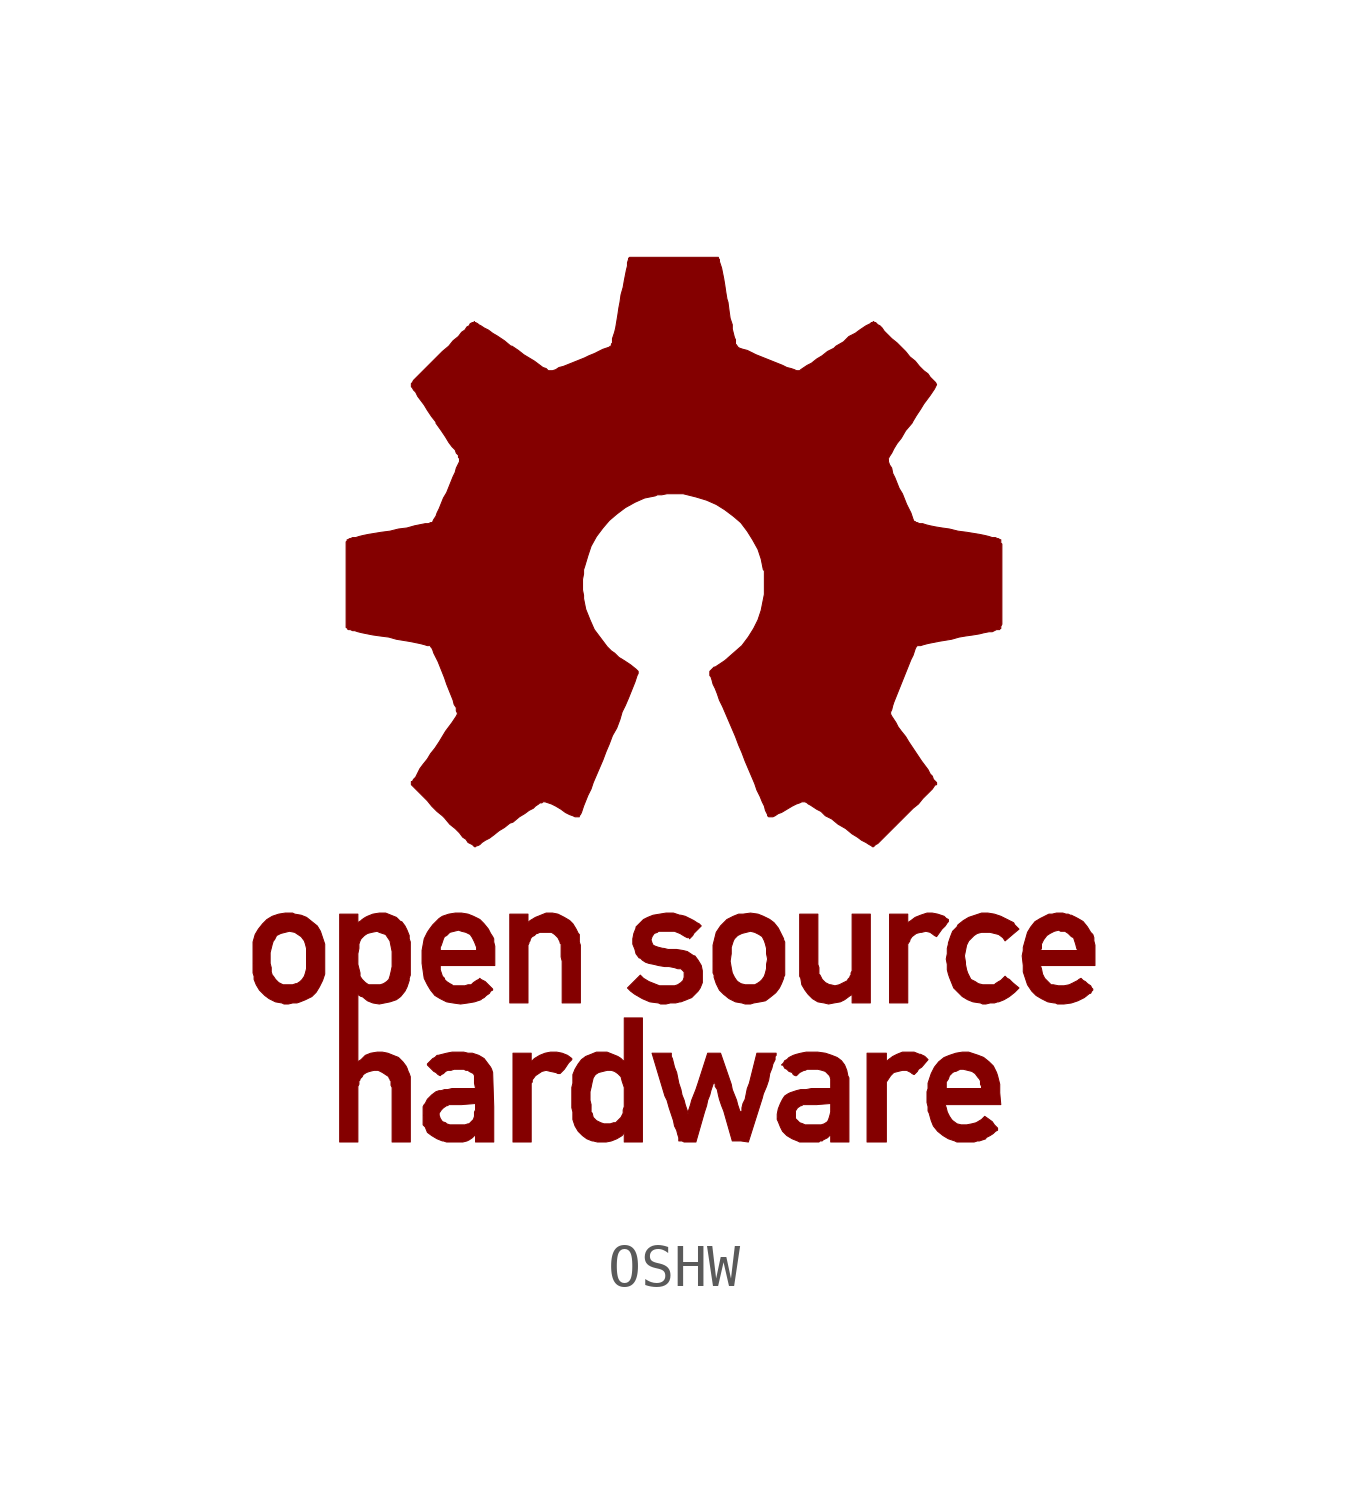
<source format=kicad_sym>
(kicad_symbol_lib
  (version 20201005)
  (generator kicad_symbol_editor)
  (symbol "0xcb:OSHW"
    (pin_names
      (offset 1.016))
    (property "Reference" "#G"
      (at 0 -9.855 0)
      (effects (font (size 1.27 1.27)) hide))
    (symbol "OSHW_0_0"
      (polyline (pts (xy 5.055 -9.093) (xy 5.156 -8.941) (xy 5.232 -8.865) (xy 5.436 -8.814) (xy 5.537 -8.814) (xy 5.639 -8.865) (xy 5.664 -8.89) (xy 5.715 -8.915) (xy 5.791 -8.839) (xy 5.817 -8.788) (xy 5.893 -8.738) (xy 6.045 -8.56) (xy 5.969 -8.484) (xy 5.867 -8.433) (xy 5.842 -8.433) (xy 5.715 -8.382) (xy 5.436 -8.382) (xy 5.309 -8.433) (xy 5.207 -8.484) (xy 5.105 -8.56) (xy 5.055 -8.611) (xy 5.055 -8.407) (xy 4.597 -8.407) (xy 4.597 -10.516) (xy 5.055 -10.516) (xy 5.055 -9.093)) (stroke (width 0.025)) (fill (type outline)))
      (polyline (pts (xy -3.378 -9.119) (xy -3.353 -9.093) (xy -3.353 -9.042) (xy -3.277 -8.941) (xy -3.124 -8.839) (xy -3.023 -8.814) (xy -2.921 -8.839) (xy -2.794 -8.865) (xy -2.743 -8.89) (xy -2.692 -8.89) (xy -2.591 -8.788) (xy -2.489 -8.636) (xy -2.413 -8.56) (xy -2.413 -8.534) (xy -2.515 -8.458) (xy -2.642 -8.407) (xy -2.769 -8.382) (xy -2.921 -8.382) (xy -3.048 -8.407) (xy -3.175 -8.458) (xy -3.302 -8.534) (xy -3.378 -8.611) (xy -3.378 -8.407) (xy -3.81 -8.407) (xy -3.81 -10.516) (xy -3.378 -10.516) (xy -3.378 -9.119)) (stroke (width 0.025)) (fill (type outline)))
      (polyline (pts (xy 5.563 -5.817) (xy 5.613 -5.74) (xy 5.613 -5.715) (xy 5.664 -5.639) (xy 5.766 -5.563) (xy 5.867 -5.537) (xy 5.893 -5.537) (xy 5.994 -5.512) (xy 6.096 -5.537) (xy 6.198 -5.613) (xy 6.248 -5.639) (xy 6.375 -5.461) (xy 6.452 -5.385) (xy 6.502 -5.309) (xy 6.528 -5.283) (xy 6.528 -5.232) (xy 6.477 -5.207) (xy 6.426 -5.156) (xy 6.274 -5.105) (xy 6.147 -5.08) (xy 6.02 -5.08) (xy 5.867 -5.131) (xy 5.74 -5.182) (xy 5.639 -5.258) (xy 5.563 -5.309) (xy 5.563 -5.105) (xy 5.131 -5.105) (xy 5.131 -7.214) (xy 5.563 -7.214) (xy 5.563 -5.817)) (stroke (width 0.025)) (fill (type outline)))
      (polyline (pts (xy 3.81 -7.214) (xy 3.962 -7.188) (xy 4.064 -7.137) (xy 4.166 -7.061) (xy 4.242 -7.01) (xy 4.242 -7.214) (xy 4.674 -7.214) (xy 4.674 -5.105) (xy 4.242 -5.105) (xy 4.242 -6.452) (xy 4.216 -6.502) (xy 4.216 -6.553) (xy 4.191 -6.579) (xy 4.191 -6.604) (xy 4.14 -6.655) (xy 4.14 -6.68) (xy 3.937 -6.782) (xy 3.835 -6.807) (xy 3.734 -6.782) (xy 3.708 -6.782) (xy 3.607 -6.731) (xy 3.531 -6.655) (xy 3.48 -6.553) (xy 3.454 -6.528) (xy 3.454 -6.375) (xy 3.429 -6.299) (xy 3.429 -5.105) (xy 2.997 -5.105) (xy 2.997 -6.579) (xy 3.023 -6.629) (xy 3.048 -6.782) (xy 3.124 -6.909) (xy 3.2 -7.01) (xy 3.302 -7.112) (xy 3.429 -7.188) (xy 3.581 -7.214) (xy 3.683 -7.239) (xy 3.81 -7.214)) (stroke (width 0.025)) (fill (type outline)))
      (polyline (pts (xy -3.454 -5.842) (xy -3.429 -5.791) (xy -3.429 -5.766) (xy -3.404 -5.74) (xy -3.404 -5.715) (xy -3.378 -5.664) (xy -3.353 -5.639) (xy -3.302 -5.613) (xy -3.251 -5.563) (xy -3.226 -5.563) (xy -3.175 -5.537) (xy -2.896 -5.537) (xy -2.819 -5.588) (xy -2.743 -5.664) (xy -2.692 -5.766) (xy -2.692 -5.791) (xy -2.667 -5.817) (xy -2.667 -6.121) (xy -2.642 -6.223) (xy -2.642 -7.214) (xy -2.21 -7.214) (xy -2.21 -5.842) (xy -2.235 -5.766) (xy -2.235 -5.588) (xy -2.261 -5.563) (xy -2.311 -5.461) (xy -2.388 -5.334) (xy -2.464 -5.258) (xy -2.591 -5.182) (xy -2.743 -5.105) (xy -2.87 -5.08) (xy -3.023 -5.08) (xy -3.277 -5.182) (xy -3.404 -5.258) (xy -3.454 -5.309) (xy -3.454 -5.105) (xy -3.886 -5.105) (xy -3.886 -7.214) (xy -3.454 -7.214) (xy -3.454 -5.842)) (stroke (width 0.025)) (fill (type outline)))
      (polyline (pts (xy -1.473 -10.49) (xy -1.346 -10.439) (xy -1.219 -10.363) (xy -1.168 -10.287) (xy -1.168 -10.516) (xy -0.737 -10.516) (xy -0.737 -7.569) (xy -1.168 -7.569) (xy -1.168 -8.585) (xy -1.194 -8.585) (xy -1.245 -8.534) (xy -1.321 -8.484) (xy -1.575 -8.382) (xy -1.829 -8.382) (xy -2.083 -8.484) (xy -2.184 -8.56) (xy -2.261 -8.661) (xy -2.337 -8.788) (xy -2.388 -8.915) (xy -2.388 -9.119) (xy -2.413 -9.22) (xy -2.413 -9.525) (xy -1.981 -9.525) (xy -1.981 -9.322) (xy -1.956 -9.22) (xy -1.93 -9.093) (xy -1.905 -8.992) (xy -1.854 -8.915) (xy -1.778 -8.865) (xy -1.575 -8.814) (xy -1.473 -8.814) (xy -1.397 -8.839) (xy -1.321 -8.89) (xy -1.245 -8.966) (xy -1.219 -9.068) (xy -1.168 -9.22) (xy -1.168 -9.677) (xy -1.194 -9.754) (xy -1.194 -9.83) (xy -1.245 -9.931) (xy -1.372 -10.058) (xy -1.422 -10.058) (xy -1.499 -10.084) (xy -1.651 -10.084) (xy -1.727 -10.058) (xy -1.829 -10.008) (xy -1.905 -9.931) (xy -1.93 -9.83) (xy -1.956 -9.804) (xy -1.956 -9.627) (xy -1.981 -9.525) (xy -2.413 -9.525) (xy -2.413 -9.703) (xy -2.388 -9.804) (xy -2.388 -9.982) (xy -2.337 -10.135) (xy -2.261 -10.262) (xy -2.159 -10.363) (xy -2.057 -10.439) (xy -1.93 -10.49) (xy -1.905 -10.49) (xy -1.803 -10.516) (xy -1.6 -10.516) (xy -1.473 -10.49)) (stroke (width 0.025)) (fill (type outline)))
      (polyline (pts (xy 7.518 -7.214) (xy 7.62 -7.214) (xy 7.696 -7.188) (xy 7.722 -7.188) (xy 7.849 -7.137) (xy 7.976 -7.061) (xy 8.103 -6.96) (xy 8.204 -6.858) (xy 8.052 -6.731) (xy 7.976 -6.655) (xy 7.925 -6.629) (xy 7.874 -6.579) (xy 7.772 -6.68) (xy 7.722 -6.706) (xy 7.645 -6.756) (xy 7.62 -6.782) (xy 7.341 -6.782) (xy 7.239 -6.756) (xy 7.163 -6.706) (xy 7.061 -6.655) (xy 6.985 -6.502) (xy 6.96 -6.426) (xy 6.934 -6.299) (xy 6.934 -6.248) (xy 6.909 -6.096) (xy 6.96 -5.842) (xy 7.01 -5.74) (xy 7.137 -5.613) (xy 7.214 -5.563) (xy 7.315 -5.537) (xy 7.518 -5.537) (xy 7.722 -5.588) (xy 7.823 -5.664) (xy 7.874 -5.74) (xy 8.052 -5.588) (xy 8.204 -5.461) (xy 8.103 -5.359) (xy 8.077 -5.309) (xy 7.772 -5.156) (xy 7.62 -5.105) (xy 7.468 -5.08) (xy 7.315 -5.08) (xy 7.01 -5.182) (xy 6.883 -5.258) (xy 6.756 -5.359) (xy 6.731 -5.41) (xy 6.629 -5.512) (xy 6.579 -5.639) (xy 6.528 -5.791) (xy 6.528 -5.817) (xy 6.502 -5.918) (xy 6.502 -6.045) (xy 6.477 -6.172) (xy 6.502 -6.299) (xy 6.502 -6.426) (xy 6.528 -6.528) (xy 6.553 -6.604) (xy 6.655 -6.858) (xy 6.858 -7.061) (xy 6.985 -7.137) (xy 7.112 -7.188) (xy 7.29 -7.214) (xy 7.341 -7.239) (xy 7.417 -7.239) (xy 7.518 -7.214)) (stroke (width 0.025)) (fill (type outline)))
      (polyline (pts (xy -9.042 -7.214) (xy -8.941 -7.214) (xy -8.865 -7.188) (xy -8.738 -7.137) (xy -8.585 -7.061) (xy -8.484 -6.96) (xy -8.407 -6.833) (xy -8.331 -6.68) (xy -8.28 -6.528) (xy -8.28 -5.817) (xy -8.382 -5.512) (xy -8.458 -5.385) (xy -8.712 -5.182) (xy -8.839 -5.131) (xy -8.992 -5.105) (xy -9.042 -5.08) (xy -9.22 -5.08) (xy -9.373 -5.105) (xy -9.525 -5.156) (xy -9.652 -5.232) (xy -9.754 -5.334) (xy -9.855 -5.461) (xy -9.931 -5.588) (xy -9.982 -5.766) (xy -9.982 -6.274) (xy -9.576 -6.274) (xy -9.576 -6.02) (xy -9.525 -5.817) (xy -9.5 -5.74) (xy -9.474 -5.715) (xy -9.423 -5.613) (xy -9.322 -5.563) (xy -9.119 -5.512) (xy -8.992 -5.537) (xy -8.839 -5.639) (xy -8.763 -5.74) (xy -8.738 -5.817) (xy -8.712 -5.918) (xy -8.712 -6.401) (xy -8.738 -6.502) (xy -8.763 -6.579) (xy -8.814 -6.655) (xy -8.865 -6.706) (xy -8.941 -6.756) (xy -8.966 -6.756) (xy -9.042 -6.782) (xy -9.271 -6.782) (xy -9.373 -6.731) (xy -9.449 -6.655) (xy -9.5 -6.579) (xy -9.525 -6.553) (xy -9.55 -6.477) (xy -9.55 -6.375) (xy -9.576 -6.274) (xy -9.982 -6.274) (xy -9.982 -6.502) (xy -9.957 -6.579) (xy -9.957 -6.655) (xy -9.906 -6.782) (xy -9.83 -6.909) (xy -9.703 -7.036) (xy -9.601 -7.112) (xy -9.449 -7.188) (xy -9.296 -7.214) (xy -9.246 -7.239) (xy -9.144 -7.239) (xy -9.042 -7.214)) (stroke (width 0.025)) (fill (type outline)))
      (polyline (pts (xy 1.905 -7.214) (xy 2.057 -7.188) (xy 2.184 -7.163) (xy 2.286 -7.087) (xy 2.413 -6.985) (xy 2.438 -6.96) (xy 2.515 -6.858) (xy 2.565 -6.756) (xy 2.616 -6.629) (xy 2.616 -6.604) (xy 2.642 -6.553) (xy 2.642 -5.766) (xy 2.616 -5.715) (xy 2.616 -5.69) (xy 2.489 -5.436) (xy 2.388 -5.309) (xy 2.286 -5.232) (xy 2.134 -5.156) (xy 2.007 -5.105) (xy 1.829 -5.08) (xy 1.651 -5.105) (xy 1.549 -5.105) (xy 1.422 -5.156) (xy 1.27 -5.232) (xy 1.118 -5.385) (xy 1.016 -5.537) (xy 0.94 -5.842) (xy 0.94 -6.223) (xy 1.346 -6.223) (xy 1.372 -6.045) (xy 1.372 -5.893) (xy 1.422 -5.74) (xy 1.448 -5.69) (xy 1.524 -5.613) (xy 1.626 -5.563) (xy 1.829 -5.512) (xy 1.93 -5.537) (xy 2.032 -5.588) (xy 2.108 -5.639) (xy 2.159 -5.74) (xy 2.184 -5.817) (xy 2.21 -5.918) (xy 2.21 -6.045) (xy 2.235 -6.172) (xy 2.21 -6.299) (xy 2.21 -6.401) (xy 2.184 -6.502) (xy 2.159 -6.579) (xy 2.108 -6.655) (xy 2.057 -6.706) (xy 1.981 -6.756) (xy 1.93 -6.782) (xy 1.702 -6.782) (xy 1.6 -6.756) (xy 1.524 -6.706) (xy 1.499 -6.68) (xy 1.448 -6.604) (xy 1.397 -6.502) (xy 1.372 -6.375) (xy 1.346 -6.223) (xy 0.94 -6.223) (xy 0.94 -6.502) (xy 0.965 -6.553) (xy 0.965 -6.604) (xy 1.016 -6.756) (xy 1.092 -6.909) (xy 1.194 -7.01) (xy 1.321 -7.112) (xy 1.473 -7.188) (xy 1.626 -7.214) (xy 1.702 -7.239) (xy 1.829 -7.239) (xy 1.905 -7.214)) (stroke (width 0.025)) (fill (type outline)))
      (polyline (pts (xy 0.737 -9.804) (xy 0.787 -9.652) (xy 0.813 -9.525) (xy 0.864 -9.398) (xy 0.889 -9.296) (xy 0.94 -9.144) (xy 0.965 -9.093) (xy 0.991 -9.144) (xy 0.991 -9.195) (xy 1.041 -9.271) (xy 1.067 -9.398) (xy 1.092 -9.5) (xy 1.143 -9.652) (xy 1.194 -9.779) (xy 1.397 -10.49) (xy 1.6 -10.49) (xy 1.778 -10.516) (xy 2.108 -9.474) (xy 2.134 -9.373) (xy 2.21 -9.195) (xy 2.261 -9.042) (xy 2.286 -8.89) (xy 2.337 -8.763) (xy 2.362 -8.661) (xy 2.413 -8.56) (xy 2.413 -8.484) (xy 2.438 -8.458) (xy 2.438 -8.407) (xy 1.981 -8.407) (xy 1.803 -9.119) (xy 1.753 -9.246) (xy 1.702 -9.5) (xy 1.651 -9.601) (xy 1.626 -9.703) (xy 1.626 -9.779) (xy 1.6 -9.804) (xy 1.575 -9.779) (xy 1.524 -9.627) (xy 1.499 -9.525) (xy 1.397 -9.271) (xy 1.372 -9.144) (xy 1.118 -8.407) (xy 0.813 -8.407) (xy 0.584 -9.119) (xy 0.533 -9.271) (xy 0.432 -9.525) (xy 0.406 -9.627) (xy 0.356 -9.779) (xy 0.356 -9.83) (xy 0.33 -9.83) (xy 0.33 -9.779) (xy 0.279 -9.627) (xy 0.254 -9.525) (xy 0.203 -9.398) (xy 0.178 -9.271) (xy 0.127 -9.119) (xy 0.076 -8.865) (xy 0.025 -8.738) (xy -0.025 -8.534) (xy -0.051 -8.484) (xy -0.051 -8.407) (xy -0.508 -8.407) (xy -0.203 -9.423) (xy -0.152 -9.525) (xy -0.102 -9.703) (xy 0 -10.008) (xy 0.025 -10.135) (xy 0.076 -10.236) (xy 0.102 -10.338) (xy 0.127 -10.414) (xy 0.127 -10.49) (xy 0.203 -10.49) (xy 0.254 -10.516) (xy 0.533 -10.516) (xy 0.737 -9.804)) (stroke (width 0.025)) (fill (type outline)))
      (polyline (pts (xy -4.877 -7.214) (xy -4.724 -7.188) (xy -4.572 -7.137) (xy -4.547 -7.112) (xy -4.496 -7.087) (xy -4.445 -7.036) (xy -4.369 -6.985) (xy -4.343 -6.934) (xy -4.293 -6.909) (xy -4.293 -6.883) (xy -4.47 -6.706) (xy -4.572 -6.655) (xy -4.597 -6.629) (xy -4.623 -6.655) (xy -4.674 -6.68) (xy -4.75 -6.731) (xy -4.801 -6.782) (xy -4.877 -6.782) (xy -4.953 -6.807) (xy -5.232 -6.807) (xy -5.258 -6.782) (xy -5.309 -6.756) (xy -5.385 -6.706) (xy -5.436 -6.655) (xy -5.436 -6.629) (xy -5.486 -6.579) (xy -5.537 -6.426) (xy -5.537 -6.325) (xy -4.242 -6.325) (xy -4.242 -5.867) (xy -4.267 -5.766) (xy -4.267 -5.69) (xy -4.293 -5.639) (xy -4.343 -5.563) (xy -4.394 -5.461) (xy -4.496 -5.334) (xy -4.597 -5.232) (xy -4.75 -5.156) (xy -4.877 -5.105) (xy -5.029 -5.08) (xy -5.182 -5.08) (xy -5.334 -5.105) (xy -5.486 -5.156) (xy -5.563 -5.207) (xy -5.715 -5.359) (xy -5.791 -5.461) (xy -5.842 -5.537) (xy -5.918 -5.69) (xy -5.969 -5.969) (xy -5.537 -5.969) (xy -5.537 -5.893) (xy -5.512 -5.842) (xy -5.461 -5.69) (xy -5.436 -5.639) (xy -5.385 -5.613) (xy -5.309 -5.537) (xy -5.105 -5.486) (xy -5.029 -5.512) (xy -4.928 -5.537) (xy -4.826 -5.588) (xy -4.775 -5.664) (xy -4.724 -5.766) (xy -4.674 -5.893) (xy -4.674 -5.969) (xy -5.537 -5.969) (xy -5.969 -5.969) (xy -5.969 -6.045) (xy -5.969 -6.274) (xy -5.918 -6.629) (xy -5.842 -6.782) (xy -5.766 -6.909) (xy -5.664 -7.036) (xy -5.537 -7.112) (xy -5.385 -7.188) (xy -5.232 -7.214) (xy -5.055 -7.239) (xy -4.877 -7.214)) (stroke (width 0.025)) (fill (type outline)))
      (polyline (pts (xy 7.214 -10.49) (xy 7.264 -10.49) (xy 7.417 -10.439) (xy 7.417 -10.414) (xy 7.518 -10.363) (xy 7.595 -10.312) (xy 7.645 -10.262) (xy 7.696 -10.236) (xy 7.696 -10.185) (xy 7.62 -10.109) (xy 7.569 -10.033) (xy 7.391 -9.906) (xy 7.315 -9.982) (xy 7.188 -10.058) (xy 7.087 -10.084) (xy 6.96 -10.109) (xy 6.833 -10.109) (xy 6.731 -10.084) (xy 6.629 -10.008) (xy 6.604 -9.982) (xy 6.553 -9.906) (xy 6.502 -9.804) (xy 6.477 -9.703) (xy 6.452 -9.627) (xy 7.772 -9.627) (xy 7.747 -9.347) (xy 7.747 -9.144) (xy 7.696 -8.941) (xy 7.671 -8.865) (xy 7.595 -8.712) (xy 7.493 -8.611) (xy 7.366 -8.509) (xy 7.239 -8.458) (xy 7.01 -8.382) (xy 6.858 -8.382) (xy 6.706 -8.407) (xy 6.553 -8.458) (xy 6.426 -8.509) (xy 6.299 -8.611) (xy 6.198 -8.738) (xy 6.121 -8.89) (xy 6.045 -9.119) (xy 6.045 -9.22) (xy 6.045 -9.246) (xy 6.477 -9.246) (xy 6.477 -9.093) (xy 6.528 -9.017) (xy 6.553 -8.941) (xy 6.629 -8.865) (xy 6.68 -8.839) (xy 6.706 -8.839) (xy 6.807 -8.788) (xy 6.883 -8.788) (xy 7.087 -8.839) (xy 7.163 -8.89) (xy 7.239 -8.992) (xy 7.264 -9.017) (xy 7.29 -9.068) (xy 7.29 -9.144) (xy 7.315 -9.195) (xy 7.315 -9.246) (xy 6.477 -9.246) (xy 6.045 -9.246) (xy 6.02 -9.322) (xy 6.02 -9.576) (xy 6.045 -9.677) (xy 6.045 -9.779) (xy 6.071 -9.83) (xy 6.121 -10.008) (xy 6.172 -10.135) (xy 6.274 -10.262) (xy 6.401 -10.363) (xy 6.528 -10.439) (xy 6.68 -10.49) (xy 6.731 -10.516) (xy 7.137 -10.516) (xy 7.214 -10.49)) (stroke (width 0.025)) (fill (type outline)))
      (polyline (pts (xy 9.449 -7.214) (xy 9.601 -7.163) (xy 9.754 -7.087) (xy 9.881 -6.985) (xy 9.906 -6.985) (xy 9.931 -6.934) (xy 9.957 -6.909) (xy 9.957 -6.883) (xy 9.931 -6.858) (xy 9.906 -6.807) (xy 9.83 -6.756) (xy 9.779 -6.706) (xy 9.728 -6.68) (xy 9.677 -6.629) (xy 9.627 -6.655) (xy 9.601 -6.68) (xy 9.398 -6.782) (xy 9.271 -6.807) (xy 9.144 -6.807) (xy 9.017 -6.782) (xy 8.966 -6.782) (xy 8.814 -6.629) (xy 8.763 -6.528) (xy 8.738 -6.401) (xy 8.712 -6.325) (xy 10.008 -6.325) (xy 10.008 -5.842) (xy 9.982 -5.74) (xy 9.982 -5.664) (xy 9.957 -5.588) (xy 9.906 -5.537) (xy 9.83 -5.41) (xy 9.728 -5.283) (xy 9.601 -5.207) (xy 9.449 -5.131) (xy 9.423 -5.131) (xy 9.373 -5.105) (xy 9.322 -5.105) (xy 9.246 -5.08) (xy 9.093 -5.08) (xy 8.992 -5.105) (xy 8.915 -5.105) (xy 8.712 -5.207) (xy 8.585 -5.283) (xy 8.484 -5.41) (xy 8.407 -5.537) (xy 8.306 -5.893) (xy 8.306 -5.969) (xy 8.712 -5.969) (xy 8.738 -5.918) (xy 8.738 -5.817) (xy 8.788 -5.715) (xy 8.865 -5.613) (xy 8.941 -5.563) (xy 9.042 -5.512) (xy 9.144 -5.486) (xy 9.195 -5.512) (xy 9.296 -5.512) (xy 9.373 -5.563) (xy 9.449 -5.639) (xy 9.5 -5.664) (xy 9.55 -5.817) (xy 9.576 -5.918) (xy 9.601 -5.969) (xy 8.712 -5.969) (xy 8.306 -5.969) (xy 8.28 -6.096) (xy 8.306 -6.325) (xy 8.306 -6.477) (xy 8.407 -6.782) (xy 8.509 -6.934) (xy 8.611 -7.036) (xy 8.738 -7.112) (xy 8.89 -7.188) (xy 9.042 -7.214) (xy 9.068 -7.214) (xy 9.119 -7.239) (xy 9.271 -7.239) (xy 9.449 -7.214)) (stroke (width 0.025)) (fill (type outline)))
      (polyline (pts (xy 3.48 -10.49) (xy 3.531 -10.49) (xy 3.556 -10.465) (xy 3.658 -10.414) (xy 3.734 -10.338) (xy 3.734 -10.516) (xy 4.166 -10.516) (xy 4.166 -8.992) (xy 4.14 -8.941) (xy 4.115 -8.814) (xy 4.064 -8.687) (xy 3.988 -8.585) (xy 3.886 -8.509) (xy 3.759 -8.458) (xy 3.607 -8.407) (xy 3.429 -8.382) (xy 3.15 -8.382) (xy 3.023 -8.407) (xy 2.921 -8.433) (xy 2.845 -8.458) (xy 2.743 -8.509) (xy 2.692 -8.56) (xy 2.642 -8.585) (xy 2.616 -8.636) (xy 2.565 -8.687) (xy 2.591 -8.687) (xy 2.616 -8.712) (xy 2.642 -8.763) (xy 2.692 -8.788) (xy 2.743 -8.839) (xy 2.819 -8.865) (xy 2.845 -8.915) (xy 2.896 -8.941) (xy 2.921 -8.941) (xy 2.997 -8.865) (xy 3.099 -8.814) (xy 3.124 -8.814) (xy 3.175 -8.788) (xy 3.429 -8.788) (xy 3.531 -8.814) (xy 3.607 -8.839) (xy 3.708 -8.941) (xy 3.734 -9.017) (xy 3.734 -9.246) (xy 3.277 -9.246) (xy 3.15 -9.271) (xy 3.023 -9.271) (xy 2.921 -9.296) (xy 2.769 -9.347) (xy 2.718 -9.373) (xy 2.642 -9.423) (xy 2.591 -9.5) (xy 2.54 -9.601) (xy 2.489 -9.728) (xy 2.464 -9.855) (xy 2.464 -9.957) (xy 2.896 -9.957) (xy 2.896 -9.779) (xy 2.946 -9.703) (xy 3.023 -9.652) (xy 3.048 -9.652) (xy 3.073 -9.627) (xy 3.404 -9.627) (xy 3.734 -9.601) (xy 3.734 -9.804) (xy 3.708 -9.906) (xy 3.683 -9.982) (xy 3.658 -10.033) (xy 3.581 -10.084) (xy 3.505 -10.109) (xy 3.124 -10.109) (xy 3.073 -10.084) (xy 2.997 -10.058) (xy 2.896 -9.957) (xy 2.464 -9.957) (xy 2.464 -9.982) (xy 2.489 -10.033) (xy 2.54 -10.16) (xy 2.591 -10.262) (xy 2.692 -10.363) (xy 2.819 -10.439) (xy 2.946 -10.49) (xy 2.997 -10.516) (xy 3.454 -10.516) (xy 3.48 -10.49)) (stroke (width 0.025)) (fill (type outline)))
      (polyline (pts (xy -4.902 -10.49) (xy -4.851 -10.465) (xy -4.775 -10.414) (xy -4.699 -10.338) (xy -4.699 -10.516) (xy -4.267 -10.516) (xy -4.267 -9.677) (xy -4.293 -8.865) (xy -4.318 -8.788) (xy -4.343 -8.738) (xy -4.496 -8.534) (xy -4.623 -8.458) (xy -4.775 -8.407) (xy -4.877 -8.407) (xy -4.978 -8.382) (xy -5.258 -8.382) (xy -5.385 -8.407) (xy -5.588 -8.458) (xy -5.613 -8.458) (xy -5.664 -8.509) (xy -5.715 -8.534) (xy -5.842 -8.661) (xy -5.842 -8.687) (xy -5.69 -8.839) (xy -5.639 -8.865) (xy -5.588 -8.915) (xy -5.537 -8.941) (xy -5.512 -8.915) (xy -5.461 -8.89) (xy -5.41 -8.839) (xy -5.359 -8.814) (xy -5.283 -8.814) (xy -5.207 -8.788) (xy -4.978 -8.788) (xy -4.928 -8.814) (xy -4.877 -8.814) (xy -4.851 -8.839) (xy -4.75 -8.89) (xy -4.724 -8.941) (xy -4.724 -9.119) (xy -4.699 -9.246) (xy -5.258 -9.246) (xy -5.359 -9.271) (xy -5.436 -9.271) (xy -5.512 -9.296) (xy -5.563 -9.296) (xy -5.639 -9.322) (xy -5.74 -9.398) (xy -5.842 -9.5) (xy -5.893 -9.601) (xy -5.918 -9.627) (xy -5.944 -9.677) (xy -5.944 -9.881) (xy -5.563 -9.881) (xy -5.563 -9.83) (xy -5.512 -9.754) (xy -5.461 -9.703) (xy -5.385 -9.652) (xy -5.359 -9.652) (xy -5.334 -9.627) (xy -5.029 -9.627) (xy -4.699 -9.601) (xy -4.699 -9.754) (xy -4.724 -9.804) (xy -4.724 -9.906) (xy -4.75 -9.982) (xy -4.851 -10.084) (xy -4.877 -10.084) (xy -4.953 -10.109) (xy -5.309 -10.109) (xy -5.385 -10.084) (xy -5.41 -10.058) (xy -5.486 -10.033) (xy -5.537 -9.957) (xy -5.563 -9.881) (xy -5.944 -9.881) (xy -5.944 -10.109) (xy -5.893 -10.16) (xy -5.842 -10.287) (xy -5.74 -10.363) (xy -5.613 -10.439) (xy -5.486 -10.49) (xy -5.461 -10.49) (xy -5.385 -10.516) (xy -5.004 -10.516) (xy -4.902 -10.49)) (stroke (width 0.025)) (fill (type outline)))
      (polyline (pts (xy -0.076 -7.214) (xy 0.051 -7.214) (xy 0.152 -7.188) (xy 0.178 -7.188) (xy 0.432 -7.087) (xy 0.584 -6.934) (xy 0.635 -6.858) (xy 0.686 -6.731) (xy 0.686 -6.452) (xy 0.66 -6.325) (xy 0.584 -6.198) (xy 0.508 -6.096) (xy 0.483 -6.096) (xy 0.33 -5.994) (xy 0.229 -5.969) (xy 0.076 -5.944) (xy -0.127 -5.944) (xy -0.229 -5.918) (xy -0.254 -5.918) (xy -0.356 -5.893) (xy -0.432 -5.867) (xy -0.483 -5.842) (xy -0.508 -5.791) (xy -0.533 -5.715) (xy -0.508 -5.639) (xy -0.457 -5.563) (xy -0.381 -5.537) (xy -0.356 -5.512) (xy 0.025 -5.512) (xy 0.152 -5.563) (xy 0.279 -5.639) (xy 0.33 -5.664) (xy 0.381 -5.664) (xy 0.381 -5.69) (xy 0.457 -5.613) (xy 0.483 -5.563) (xy 0.66 -5.385) (xy 0.61 -5.334) (xy 0.559 -5.309) (xy 0.483 -5.258) (xy 0.279 -5.156) (xy 0.178 -5.131) (xy 0.152 -5.131) (xy 0 -5.08) (xy -0.178 -5.08) (xy -0.483 -5.131) (xy -0.61 -5.182) (xy -0.711 -5.232) (xy -0.889 -5.41) (xy -0.889 -5.436) (xy -0.94 -5.563) (xy -0.965 -5.69) (xy -0.965 -5.817) (xy -0.914 -5.944) (xy -0.889 -6.045) (xy -0.813 -6.147) (xy -0.787 -6.147) (xy -0.737 -6.198) (xy -0.66 -6.248) (xy -0.584 -6.274) (xy -0.457 -6.299) (xy -0.356 -6.325) (xy -0.203 -6.35) (xy -0.102 -6.35) (xy 0.025 -6.375) (xy 0.102 -6.401) (xy 0.178 -6.401) (xy 0.254 -6.477) (xy 0.254 -6.604) (xy 0.229 -6.68) (xy 0.178 -6.731) (xy 0.102 -6.782) (xy 0.025 -6.807) (xy -0.33 -6.807) (xy -0.584 -6.706) (xy -0.711 -6.629) (xy -0.787 -6.553) (xy -1.092 -6.858) (xy -1.016 -6.934) (xy -0.914 -7.01) (xy -0.737 -7.112) (xy -0.559 -7.188) (xy -0.356 -7.214) (xy -0.305 -7.239) (xy -0.178 -7.239) (xy -0.076 -7.214)) (stroke (width 0.025)) (fill (type outline)))
      (polyline (pts (xy -7.493 -9.195) (xy -7.468 -9.144) (xy -7.468 -9.068) (xy -7.442 -9.042) (xy -7.442 -9.017) (xy -7.391 -8.966) (xy -7.366 -8.915) (xy -7.29 -8.865) (xy -7.214 -8.839) (xy -7.112 -8.814) (xy -7.01 -8.814) (xy -6.909 -8.865) (xy -6.756 -8.966) (xy -6.756 -8.992) (xy -6.731 -9.017) (xy -6.731 -9.042) (xy -6.706 -9.068) (xy -6.706 -9.169) (xy -6.68 -9.22) (xy -6.68 -10.516) (xy -6.248 -10.516) (xy -6.248 -8.966) (xy -6.274 -8.89) (xy -6.299 -8.839) (xy -6.325 -8.763) (xy -6.35 -8.712) (xy -6.426 -8.611) (xy -6.528 -8.509) (xy -6.782 -8.407) (xy -6.909 -8.382) (xy -7.036 -8.382) (xy -7.188 -8.407) (xy -7.315 -8.458) (xy -7.417 -8.56) (xy -7.493 -8.611) (xy -7.493 -7.01) (xy -7.417 -7.061) (xy -7.391 -7.061) (xy -7.264 -7.163) (xy -7.137 -7.214) (xy -6.985 -7.239) (xy -6.731 -7.188) (xy -6.579 -7.137) (xy -6.477 -7.061) (xy -6.375 -6.934) (xy -6.325 -6.833) (xy -6.274 -6.68) (xy -6.274 -6.629) (xy -6.248 -6.553) (xy -6.248 -5.766) (xy -6.274 -5.69) (xy -6.274 -5.613) (xy -6.325 -5.486) (xy -6.375 -5.385) (xy -6.452 -5.283) (xy -6.477 -5.283) (xy -6.579 -5.182) (xy -6.833 -5.08) (xy -6.985 -5.08) (xy -7.137 -5.105) (xy -7.264 -5.156) (xy -7.315 -5.182) (xy -7.391 -5.232) (xy -7.417 -5.258) (xy -7.493 -5.309) (xy -7.493 -5.105) (xy -7.925 -5.105) (xy -7.925 -6.299) (xy -7.493 -6.299) (xy -7.493 -6.045) (xy -7.468 -5.918) (xy -7.468 -5.817) (xy -7.442 -5.74) (xy -7.417 -5.69) (xy -7.341 -5.613) (xy -7.264 -5.563) (xy -7.163 -5.537) (xy -7.036 -5.512) (xy -6.985 -5.537) (xy -6.833 -5.588) (xy -6.731 -5.74) (xy -6.68 -5.994) (xy -6.68 -6.35) (xy -6.706 -6.477) (xy -6.731 -6.579) (xy -6.756 -6.655) (xy -6.807 -6.706) (xy -6.883 -6.756) (xy -6.96 -6.782) (xy -7.239 -6.782) (xy -7.315 -6.731) (xy -7.391 -6.655) (xy -7.442 -6.579) (xy -7.442 -6.502) (xy -7.493 -6.299) (xy -7.925 -6.299) (xy -7.925 -10.516) (xy -7.493 -10.516) (xy -7.493 -9.195)) (stroke (width 0.025)) (fill (type outline)))
      (polyline (pts (xy -4.674 -3.48) (xy -4.648 -3.48) (xy -4.597 -3.454) (xy -4.547 -3.404) (xy -4.47 -3.353) (xy -4.369 -3.302) (xy -4.267 -3.226) (xy -4.14 -3.124) (xy -4.013 -3.048) (xy -3.886 -2.946) (xy -3.81 -2.921) (xy -3.658 -2.794) (xy -3.531 -2.718) (xy -3.429 -2.642) (xy -3.327 -2.591) (xy -3.277 -2.54) (xy -3.2 -2.489) (xy -3.175 -2.464) (xy -3.124 -2.464) (xy -3.099 -2.438) (xy -3.048 -2.438) (xy -2.896 -2.489) (xy -2.794 -2.54) (xy -2.667 -2.616) (xy -2.565 -2.692) (xy -2.464 -2.743) (xy -2.388 -2.769) (xy -2.337 -2.794) (xy -2.235 -2.794) (xy -2.235 -2.769) (xy -2.21 -2.743) (xy -2.184 -2.692) (xy -2.134 -2.54) (xy -2.032 -2.286) (xy -1.956 -2.134) (xy -1.905 -1.981) (xy -1.676 -1.448) (xy -1.6 -1.245) (xy -1.524 -1.067) (xy -1.448 -0.864) (xy -1.346 -0.686) (xy -1.27 -0.483) (xy -1.219 -0.305) (xy -1.143 -0.152) (xy -1.067 0.025) (xy -0.914 0.406) (xy -0.864 0.559) (xy -0.838 0.61) (xy -0.838 0.66) (xy -0.889 0.711) (xy -1.016 0.813) (xy -1.168 0.914) (xy -1.295 0.991) (xy -1.397 1.092) (xy -1.473 1.143) (xy -1.575 1.245) (xy -1.88 1.651) (xy -1.981 1.88) (xy -2.083 2.134) (xy -2.134 2.388) (xy -2.134 2.464) (xy -2.159 2.591) (xy -2.159 2.845) (xy -2.134 2.972) (xy -2.134 3.073) (xy -2.108 3.15) (xy -2.032 3.404) (xy -1.956 3.632) (xy -1.829 3.861) (xy -1.676 4.064) (xy -1.524 4.242) (xy -1.346 4.394) (xy -1.143 4.547) (xy -0.914 4.674) (xy -0.686 4.775) (xy -0.432 4.826) (xy -0.381 4.851) (xy -0.279 4.851) (xy -0.152 4.877) (xy 0.229 4.877) (xy 0.533 4.801) (xy 0.787 4.724) (xy 1.016 4.623) (xy 1.219 4.496) (xy 1.422 4.343) (xy 1.6 4.191) (xy 1.753 3.988) (xy 1.88 3.785) (xy 2.007 3.556) (xy 2.083 3.327) (xy 2.134 3.073) (xy 2.159 3.048) (xy 2.159 2.489) (xy 2.083 2.108) (xy 2.007 1.88) (xy 1.905 1.676) (xy 1.778 1.473) (xy 1.626 1.27) (xy 1.219 0.914) (xy 0.991 0.762) (xy 0.965 0.762) (xy 0.864 0.66) (xy 0.864 0.559) (xy 0.889 0.533) (xy 0.914 0.457) (xy 0.94 0.356) (xy 0.991 0.254) (xy 1.041 0.127) (xy 1.092 -0.025) (xy 1.168 -0.178) (xy 1.473 -0.889) (xy 1.549 -1.092) (xy 1.626 -1.27) (xy 1.702 -1.473) (xy 1.93 -2.007) (xy 1.981 -2.159) (xy 2.057 -2.311) (xy 2.108 -2.438) (xy 2.159 -2.54) (xy 2.184 -2.642) (xy 2.235 -2.743) (xy 2.235 -2.769) (xy 2.261 -2.794) (xy 2.362 -2.794) (xy 2.413 -2.769) (xy 2.489 -2.718) (xy 2.565 -2.692) (xy 2.819 -2.54) (xy 2.921 -2.489) (xy 2.997 -2.464) (xy 3.048 -2.438) (xy 3.124 -2.438) (xy 3.175 -2.464) (xy 3.2 -2.489) (xy 3.251 -2.515) (xy 3.404 -2.616) (xy 3.505 -2.667) (xy 3.607 -2.769) (xy 3.759 -2.845) (xy 3.912 -2.972) (xy 4.089 -3.073) (xy 4.242 -3.2) (xy 4.369 -3.277) (xy 4.47 -3.353) (xy 4.572 -3.404) (xy 4.648 -3.454) (xy 4.699 -3.48) (xy 4.724 -3.505) (xy 4.75 -3.505) (xy 4.801 -3.454) (xy 4.851 -3.429) (xy 5.69 -2.591) (xy 5.817 -2.489) (xy 5.918 -2.362) (xy 6.147 -2.134) (xy 6.198 -2.057) (xy 6.223 -2.032) (xy 6.248 -2.032) (xy 6.248 -1.981) (xy 6.172 -1.905) (xy 6.147 -1.829) (xy 6.096 -1.778) (xy 6.045 -1.676) (xy 5.893 -1.473) (xy 5.588 -1.016) (xy 5.512 -0.889) (xy 5.41 -0.762) (xy 5.334 -0.66) (xy 5.283 -0.559) (xy 5.182 -0.406) (xy 5.156 -0.356) (xy 5.156 -0.305) (xy 5.182 -0.254) (xy 5.207 -0.152) (xy 5.232 -0.076) (xy 5.639 0.94) (xy 5.69 1.041) (xy 5.74 1.194) (xy 5.766 1.245) (xy 5.791 1.27) (xy 5.867 1.27) (xy 5.944 1.295) (xy 6.045 1.321) (xy 6.299 1.372) (xy 6.604 1.422) (xy 6.782 1.473) (xy 6.934 1.499) (xy 7.112 1.524) (xy 7.264 1.549) (xy 7.366 1.575) (xy 7.493 1.6) (xy 7.569 1.6) (xy 7.671 1.651) (xy 7.747 1.651) (xy 7.747 1.676) (xy 7.772 1.676) (xy 7.772 1.727) (xy 7.798 1.778) (xy 7.798 3.683) (xy 7.772 3.708) (xy 7.772 3.785) (xy 7.747 3.785) (xy 7.722 3.81) (xy 7.696 3.81) (xy 7.645 3.835) (xy 7.569 3.835) (xy 7.493 3.861) (xy 7.391 3.886) (xy 7.264 3.912) (xy 6.96 3.962) (xy 6.756 3.988) (xy 6.553 4.039) (xy 6.375 4.064) (xy 6.223 4.089) (xy 6.096 4.115) (xy 5.994 4.14) (xy 5.918 4.166) (xy 5.842 4.166) (xy 5.791 4.191) (xy 5.766 4.191) (xy 5.74 4.216) (xy 5.715 4.216) (xy 5.69 4.267) (xy 5.639 4.42) (xy 5.537 4.623) (xy 5.436 4.877) (xy 5.359 5.004) (xy 5.258 5.258) (xy 5.207 5.359) (xy 5.182 5.486) (xy 5.131 5.563) (xy 5.105 5.639) (xy 5.105 5.69) (xy 5.08 5.715) (xy 5.105 5.715) (xy 5.131 5.766) (xy 5.182 5.842) (xy 5.232 5.944) (xy 5.309 6.071) (xy 5.41 6.198) (xy 5.512 6.375) (xy 5.664 6.553) (xy 5.69 6.604) (xy 5.766 6.731) (xy 5.867 6.883) (xy 5.944 7.01) (xy 6.096 7.214) (xy 6.198 7.366) (xy 6.248 7.468) (xy 6.223 7.518) (xy 6.096 7.645) (xy 6.045 7.722) (xy 5.944 7.798) (xy 5.842 7.899) (xy 5.74 8.026) (xy 5.613 8.128) (xy 5.512 8.255) (xy 5.309 8.458) (xy 5.182 8.56) (xy 5.004 8.738) (xy 4.953 8.814) (xy 4.902 8.865) (xy 4.851 8.89) (xy 4.801 8.941) (xy 4.775 8.941) (xy 4.75 8.966) (xy 4.724 8.941) (xy 4.699 8.941) (xy 4.674 8.915) (xy 4.572 8.865) (xy 4.42 8.763) (xy 4.318 8.687) (xy 4.166 8.611) (xy 4.039 8.484) (xy 3.861 8.382) (xy 3.81 8.331) (xy 3.658 8.255) (xy 3.531 8.153) (xy 3.404 8.077) (xy 3.277 7.976) (xy 3.175 7.925) (xy 3.023 7.823) (xy 2.997 7.798) (xy 2.921 7.798) (xy 2.87 7.823) (xy 2.794 7.849) (xy 2.692 7.874) (xy 2.591 7.925) (xy 1.956 8.179) (xy 1.753 8.28) (xy 1.651 8.306) (xy 1.575 8.331) (xy 1.524 8.357) (xy 1.524 8.382) (xy 1.499 8.382) (xy 1.499 8.407) (xy 1.473 8.433) (xy 1.473 8.534) (xy 1.448 8.585) (xy 1.397 8.788) (xy 1.397 8.89) (xy 1.346 9.042) (xy 1.321 9.22) (xy 1.295 9.423) (xy 1.27 9.5) (xy 1.245 9.652) (xy 1.219 9.83) (xy 1.194 9.982) (xy 1.143 10.236) (xy 1.092 10.389) (xy 1.092 10.439) (xy 1.067 10.465) (xy 1.067 10.49) (xy -1.041 10.49) (xy -1.067 10.465) (xy -1.067 10.439) (xy -1.092 10.363) (xy -1.092 10.287) (xy -1.118 10.185) (xy -1.168 9.931) (xy -1.194 9.779) (xy -1.245 9.601) (xy -1.27 9.423) (xy -1.295 9.296) (xy -1.321 9.119) (xy -1.372 8.814) (xy -1.397 8.712) (xy -1.448 8.56) (xy -1.448 8.458) (xy -1.473 8.433) (xy -1.473 8.382) (xy -1.499 8.382) (xy -1.524 8.357) (xy -1.676 8.306) (xy -1.88 8.204) (xy -2.007 8.153) (xy -2.108 8.103) (xy -2.616 7.899) (xy -2.718 7.874) (xy -2.794 7.823) (xy -2.87 7.798) (xy -2.972 7.798) (xy -3.023 7.849) (xy -3.099 7.874) (xy -3.302 8.026) (xy -3.556 8.179) (xy -3.683 8.28) (xy -3.835 8.382) (xy -3.861 8.382) (xy -4.013 8.509) (xy -4.166 8.611) (xy -4.293 8.687) (xy -4.394 8.763) (xy -4.496 8.814) (xy -4.572 8.865) (xy -4.623 8.89) (xy -4.648 8.915) (xy -4.699 8.941) (xy -4.724 8.941) (xy -4.724 8.966) (xy -4.75 8.941) (xy -4.775 8.941) (xy -4.826 8.915) (xy -4.851 8.865) (xy -4.902 8.839) (xy -4.953 8.763) (xy -5.029 8.712) (xy -5.105 8.611) (xy -5.232 8.509) (xy -5.334 8.382) (xy -5.486 8.255) (xy -6.172 7.569) (xy -6.198 7.518) (xy -6.223 7.493) (xy -6.223 7.417) (xy -6.198 7.391) (xy -6.172 7.341) (xy -6.121 7.29) (xy -6.071 7.188) (xy -5.918 6.985) (xy -5.842 6.858) (xy -5.74 6.706) (xy -5.639 6.579) (xy -5.639 6.553) (xy -5.512 6.375) (xy -5.41 6.223) (xy -5.334 6.096) (xy -5.258 5.994) (xy -5.182 5.918) (xy -5.156 5.842) (xy -5.105 5.791) (xy -5.105 5.74) (xy -5.08 5.715) (xy -5.08 5.639) (xy -5.156 5.486) (xy -5.182 5.385) (xy -5.232 5.283) (xy -5.385 4.902) (xy -5.461 4.775) (xy -5.563 4.521) (xy -5.613 4.42) (xy -5.639 4.343) (xy -5.69 4.267) (xy -5.715 4.216) (xy -5.715 4.191) (xy -5.766 4.191) (xy -5.817 4.166) (xy -5.893 4.166) (xy -6.147 4.115) (xy -6.325 4.064) (xy -6.528 4.039) (xy -6.731 3.988) (xy -6.934 3.962) (xy -7.239 3.912) (xy -7.366 3.886) (xy -7.468 3.861) (xy -7.544 3.835) (xy -7.62 3.835) (xy -7.671 3.81) (xy -7.696 3.81) (xy -7.722 3.785) (xy -7.747 3.785) (xy -7.747 3.759) (xy -7.772 3.734) (xy -7.772 1.702) (xy -7.747 1.702) (xy -7.747 1.676) (xy -7.722 1.651) (xy -7.671 1.651) (xy -7.62 1.626) (xy -7.569 1.626) (xy -7.493 1.6) (xy -7.391 1.575) (xy -7.137 1.524) (xy -6.96 1.499) (xy -6.756 1.473) (xy -6.579 1.422) (xy -6.274 1.372) (xy -6.02 1.321) (xy -5.918 1.295) (xy -5.842 1.27) (xy -5.766 1.27) (xy -5.766 1.245) (xy -5.74 1.219) (xy -5.715 1.168) (xy -5.69 1.092) (xy -5.588 0.889) (xy -5.436 0.508) (xy -5.385 0.356) (xy -5.232 -0.025) (xy -5.207 -0.127) (xy -5.156 -0.203) (xy -5.156 -0.279) (xy -5.131 -0.33) (xy -5.131 -0.356) (xy -5.156 -0.406) (xy -5.258 -0.559) (xy -5.41 -0.762) (xy -5.563 -1.016) (xy -5.664 -1.168) (xy -5.766 -1.295) (xy -5.842 -1.422) (xy -5.944 -1.549) (xy -6.02 -1.651) (xy -6.121 -1.854) (xy -6.172 -1.905) (xy -6.198 -1.956) (xy -6.223 -1.956) (xy -6.223 -2.032) (xy -5.842 -2.413) (xy -5.74 -2.54) (xy -5.613 -2.667) (xy -5.486 -2.769) (xy -5.436 -2.819) (xy -5.309 -2.972) (xy -5.182 -3.073) (xy -5.08 -3.175) (xy -5.004 -3.277) (xy -4.928 -3.327) (xy -4.877 -3.404) (xy -4.775 -3.454) (xy -4.724 -3.505) (xy -4.699 -3.505) (xy -4.674 -3.48)) (stroke (width 0.025)) (fill (type outline))))))
</source>
